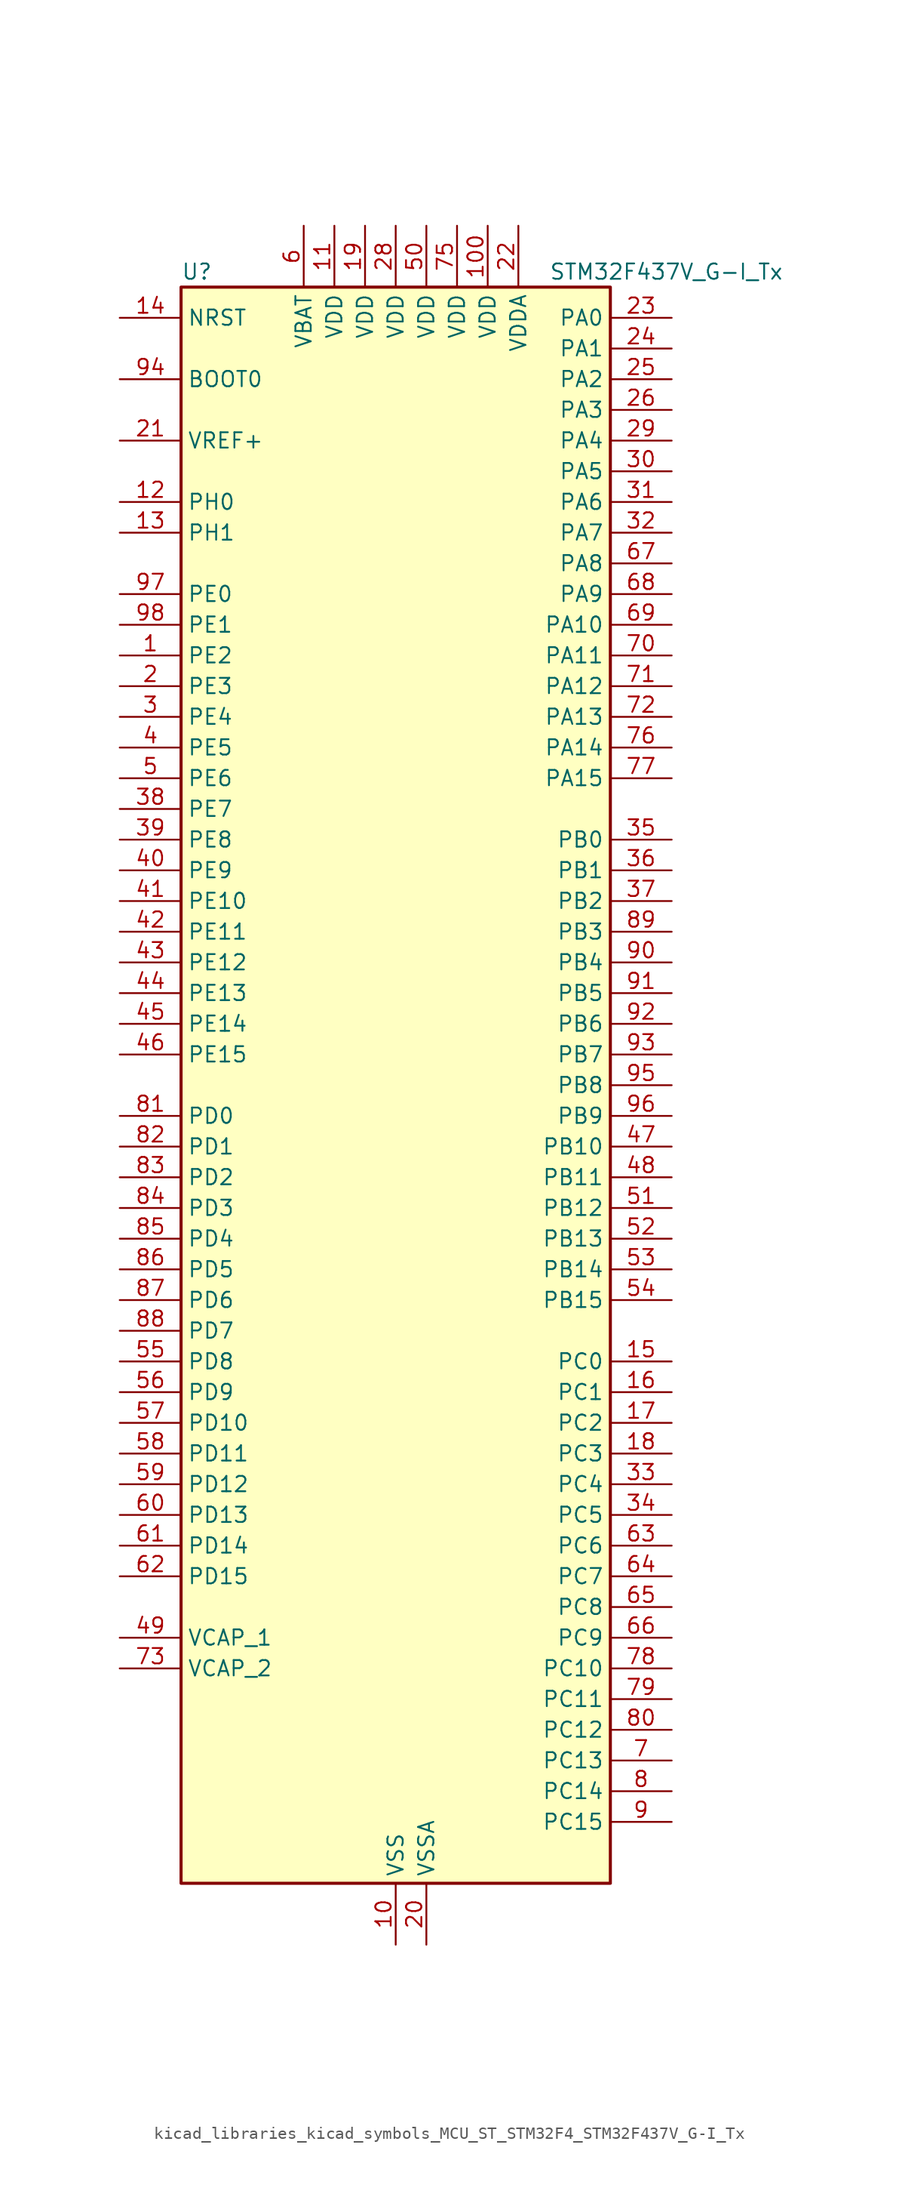
<source format=kicad_sym>
(kicad_symbol_lib
  (version 20220914)
  (generator kicad_symbol_editor)
  (symbol "kicad_libraries_kicad_symbols_MCU_ST_STM32F4_STM32F437V_G-I_Tx"
    (property "Reference" "U"
      (at -17.78 67.31 0)
      (effects (font (size 1.27 1.27)) (justify left)))
    (property "Value" "STM32F437V_G-I_Tx"
      (at 12.7 67.31 0)
      (effects (font (size 1.27 1.27)) (justify left)))
    (property "ki_locked" ""
      (at 0 0 0)
      (effects (font (size 1.27 1.27))))
    (symbol "kicad_libraries_kicad_symbols_MCU_ST_STM32F4_STM32F437V_G-I_Tx_0_1"
      (rectangle (start -17.78 -66.04) (end 17.78 66.04) (stroke (width 0.254) (type default)) (fill (type background))))
    (symbol "kicad_libraries_kicad_symbols_MCU_ST_STM32F4_STM32F437V_G-I_Tx_1_1"
      (pin bidirectional line (at -22.86 35.56 0) (length 5.08) (name "PE2" (effects (font (size 1.27 1.27)))) (number "1" (effects (font (size 1.27 1.27)))) (alternate "ETH_TXD3" bidirectional line) (alternate "FMC_A23" bidirectional line) (alternate "SAI1_MCLK_A" bidirectional line) (alternate "SPI4_SCK" bidirectional line) (alternate "SYS_TRACECLK" bidirectional line))
      (pin power_in line (at 0 -71.12 90) (length 5.08) (name "VSS" (effects (font (size 1.27 1.27)))) (number "10" (effects (font (size 1.27 1.27)))))
      (pin power_in line (at 7.62 71.12 270) (length 5.08) (name "VDD" (effects (font (size 1.27 1.27)))) (number "100" (effects (font (size 1.27 1.27)))))
      (pin power_in line (at -5.08 71.12 270) (length 5.08) (name "VDD" (effects (font (size 1.27 1.27)))) (number "11" (effects (font (size 1.27 1.27)))))
      (pin bidirectional line (at -22.86 48.26 0) (length 5.08) (name "PH0" (effects (font (size 1.27 1.27)))) (number "12" (effects (font (size 1.27 1.27)))) (alternate "RCC_OSC_IN" bidirectional line))
      (pin bidirectional line (at -22.86 45.72 0) (length 5.08) (name "PH1" (effects (font (size 1.27 1.27)))) (number "13" (effects (font (size 1.27 1.27)))) (alternate "RCC_OSC_OUT" bidirectional line))
      (pin input line (at -22.86 63.5 0) (length 5.08) (name "NRST" (effects (font (size 1.27 1.27)))) (number "14" (effects (font (size 1.27 1.27)))))
      (pin bidirectional line (at 22.86 -22.86 180) (length 5.08) (name "PC0" (effects (font (size 1.27 1.27)))) (number "15" (effects (font (size 1.27 1.27)))) (alternate "ADC1_IN10" bidirectional line) (alternate "ADC2_IN10" bidirectional line) (alternate "ADC3_IN10" bidirectional line) (alternate "FMC_SDNWE" bidirectional line) (alternate "USB_OTG_HS_ULPI_STP" bidirectional line))
      (pin bidirectional line (at 22.86 -25.4 180) (length 5.08) (name "PC1" (effects (font (size 1.27 1.27)))) (number "16" (effects (font (size 1.27 1.27)))) (alternate "ADC1_IN11" bidirectional line) (alternate "ADC2_IN11" bidirectional line) (alternate "ADC3_IN11" bidirectional line) (alternate "ETH_MDC" bidirectional line))
      (pin bidirectional line (at 22.86 -27.94 180) (length 5.08) (name "PC2" (effects (font (size 1.27 1.27)))) (number "17" (effects (font (size 1.27 1.27)))) (alternate "ADC1_IN12" bidirectional line) (alternate "ADC2_IN12" bidirectional line) (alternate "ADC3_IN12" bidirectional line) (alternate "ETH_TXD2" bidirectional line) (alternate "FMC_SDNE0" bidirectional line) (alternate "I2S2_ext_SD" bidirectional line) (alternate "SPI2_MISO" bidirectional line) (alternate "USB_OTG_HS_ULPI_DIR" bidirectional line))
      (pin bidirectional line (at 22.86 -30.48 180) (length 5.08) (name "PC3" (effects (font (size 1.27 1.27)))) (number "18" (effects (font (size 1.27 1.27)))) (alternate "ADC1_IN13" bidirectional line) (alternate "ADC2_IN13" bidirectional line) (alternate "ADC3_IN13" bidirectional line) (alternate "ETH_TX_CLK" bidirectional line) (alternate "FMC_SDCKE0" bidirectional line) (alternate "I2S2_SD" bidirectional line) (alternate "SPI2_MOSI" bidirectional line) (alternate "USB_OTG_HS_ULPI_NXT" bidirectional line))
      (pin power_in line (at -2.54 71.12 270) (length 5.08) (name "VDD" (effects (font (size 1.27 1.27)))) (number "19" (effects (font (size 1.27 1.27)))))
      (pin bidirectional line (at -22.86 33.02 0) (length 5.08) (name "PE3" (effects (font (size 1.27 1.27)))) (number "2" (effects (font (size 1.27 1.27)))) (alternate "FMC_A19" bidirectional line) (alternate "SAI1_SD_B" bidirectional line) (alternate "SYS_TRACED0" bidirectional line))
      (pin power_in line (at 2.54 -71.12 90) (length 5.08) (name "VSSA" (effects (font (size 1.27 1.27)))) (number "20" (effects (font (size 1.27 1.27)))))
      (pin input line (at -22.86 53.34 0) (length 5.08) (name "VREF+" (effects (font (size 1.27 1.27)))) (number "21" (effects (font (size 1.27 1.27)))))
      (pin power_in line (at 10.16 71.12 270) (length 5.08) (name "VDDA" (effects (font (size 1.27 1.27)))) (number "22" (effects (font (size 1.27 1.27)))))
      (pin bidirectional line (at 22.86 63.5 180) (length 5.08) (name "PA0" (effects (font (size 1.27 1.27)))) (number "23" (effects (font (size 1.27 1.27)))) (alternate "ADC1_IN0" bidirectional line) (alternate "ADC2_IN0" bidirectional line) (alternate "ADC3_IN0" bidirectional line) (alternate "ETH_CRS" bidirectional line) (alternate "SYS_WKUP" bidirectional line) (alternate "TIM2_CH1" bidirectional line) (alternate "TIM2_ETR" bidirectional line) (alternate "TIM5_CH1" bidirectional line) (alternate "TIM8_ETR" bidirectional line) (alternate "UART4_TX" bidirectional line) (alternate "USART2_CTS" bidirectional line))
      (pin bidirectional line (at 22.86 60.96 180) (length 5.08) (name "PA1" (effects (font (size 1.27 1.27)))) (number "24" (effects (font (size 1.27 1.27)))) (alternate "ADC1_IN1" bidirectional line) (alternate "ADC2_IN1" bidirectional line) (alternate "ADC3_IN1" bidirectional line) (alternate "ETH_REF_CLK" bidirectional line) (alternate "ETH_RX_CLK" bidirectional line) (alternate "TIM2_CH2" bidirectional line) (alternate "TIM5_CH2" bidirectional line) (alternate "UART4_RX" bidirectional line) (alternate "USART2_RTS" bidirectional line))
      (pin bidirectional line (at 22.86 58.42 180) (length 5.08) (name "PA2" (effects (font (size 1.27 1.27)))) (number "25" (effects (font (size 1.27 1.27)))) (alternate "ADC1_IN2" bidirectional line) (alternate "ADC2_IN2" bidirectional line) (alternate "ADC3_IN2" bidirectional line) (alternate "ETH_MDIO" bidirectional line) (alternate "TIM2_CH3" bidirectional line) (alternate "TIM5_CH3" bidirectional line) (alternate "TIM9_CH1" bidirectional line) (alternate "USART2_TX" bidirectional line))
      (pin bidirectional line (at 22.86 55.88 180) (length 5.08) (name "PA3" (effects (font (size 1.27 1.27)))) (number "26" (effects (font (size 1.27 1.27)))) (alternate "ADC1_IN3" bidirectional line) (alternate "ADC2_IN3" bidirectional line) (alternate "ADC3_IN3" bidirectional line) (alternate "ETH_COL" bidirectional line) (alternate "TIM2_CH4" bidirectional line) (alternate "TIM5_CH4" bidirectional line) (alternate "TIM9_CH2" bidirectional line) (alternate "USART2_RX" bidirectional line) (alternate "USB_OTG_HS_ULPI_D0" bidirectional line))
      (pin passive line (at 0 -71.12 90) (length 5.08) hide (name "VSS" (effects (font (size 1.27 1.27)))) (number "27" (effects (font (size 1.27 1.27)))))
      (pin power_in line (at 0 71.12 270) (length 5.08) (name "VDD" (effects (font (size 1.27 1.27)))) (number "28" (effects (font (size 1.27 1.27)))))
      (pin bidirectional line (at 22.86 53.34 180) (length 5.08) (name "PA4" (effects (font (size 1.27 1.27)))) (number "29" (effects (font (size 1.27 1.27)))) (alternate "ADC1_IN4" bidirectional line) (alternate "ADC2_IN4" bidirectional line) (alternate "DAC_OUT1" bidirectional line) (alternate "DCMI_HSYNC" bidirectional line) (alternate "I2S3_WS" bidirectional line) (alternate "SPI1_NSS" bidirectional line) (alternate "SPI3_NSS" bidirectional line) (alternate "USART2_CK" bidirectional line) (alternate "USB_OTG_HS_SOF" bidirectional line))
      (pin bidirectional line (at -22.86 30.48 0) (length 5.08) (name "PE4" (effects (font (size 1.27 1.27)))) (number "3" (effects (font (size 1.27 1.27)))) (alternate "DCMI_D4" bidirectional line) (alternate "FMC_A20" bidirectional line) (alternate "SAI1_FS_A" bidirectional line) (alternate "SPI4_NSS" bidirectional line) (alternate "SYS_TRACED1" bidirectional line))
      (pin bidirectional line (at 22.86 50.8 180) (length 5.08) (name "PA5" (effects (font (size 1.27 1.27)))) (number "30" (effects (font (size 1.27 1.27)))) (alternate "ADC1_IN5" bidirectional line) (alternate "ADC2_IN5" bidirectional line) (alternate "DAC_OUT2" bidirectional line) (alternate "SPI1_SCK" bidirectional line) (alternate "TIM2_CH1" bidirectional line) (alternate "TIM2_ETR" bidirectional line) (alternate "TIM8_CH1N" bidirectional line) (alternate "USB_OTG_HS_ULPI_CK" bidirectional line))
      (pin bidirectional line (at 22.86 48.26 180) (length 5.08) (name "PA6" (effects (font (size 1.27 1.27)))) (number "31" (effects (font (size 1.27 1.27)))) (alternate "ADC1_IN6" bidirectional line) (alternate "ADC2_IN6" bidirectional line) (alternate "DCMI_PIXCLK" bidirectional line) (alternate "SPI1_MISO" bidirectional line) (alternate "TIM13_CH1" bidirectional line) (alternate "TIM1_BKIN" bidirectional line) (alternate "TIM3_CH1" bidirectional line) (alternate "TIM8_BKIN" bidirectional line))
      (pin bidirectional line (at 22.86 45.72 180) (length 5.08) (name "PA7" (effects (font (size 1.27 1.27)))) (number "32" (effects (font (size 1.27 1.27)))) (alternate "ADC1_IN7" bidirectional line) (alternate "ADC2_IN7" bidirectional line) (alternate "ETH_CRS_DV" bidirectional line) (alternate "ETH_RX_DV" bidirectional line) (alternate "SPI1_MOSI" bidirectional line) (alternate "TIM14_CH1" bidirectional line) (alternate "TIM1_CH1N" bidirectional line) (alternate "TIM3_CH2" bidirectional line) (alternate "TIM8_CH1N" bidirectional line))
      (pin bidirectional line (at 22.86 -33.02 180) (length 5.08) (name "PC4" (effects (font (size 1.27 1.27)))) (number "33" (effects (font (size 1.27 1.27)))) (alternate "ADC1_IN14" bidirectional line) (alternate "ADC2_IN14" bidirectional line) (alternate "ETH_RXD0" bidirectional line))
      (pin bidirectional line (at 22.86 -35.56 180) (length 5.08) (name "PC5" (effects (font (size 1.27 1.27)))) (number "34" (effects (font (size 1.27 1.27)))) (alternate "ADC1_IN15" bidirectional line) (alternate "ADC2_IN15" bidirectional line) (alternate "ETH_RXD1" bidirectional line))
      (pin bidirectional line (at 22.86 20.32 180) (length 5.08) (name "PB0" (effects (font (size 1.27 1.27)))) (number "35" (effects (font (size 1.27 1.27)))) (alternate "ADC1_IN8" bidirectional line) (alternate "ADC2_IN8" bidirectional line) (alternate "ETH_RXD2" bidirectional line) (alternate "TIM1_CH2N" bidirectional line) (alternate "TIM3_CH3" bidirectional line) (alternate "TIM8_CH2N" bidirectional line) (alternate "USB_OTG_HS_ULPI_D1" bidirectional line))
      (pin bidirectional line (at 22.86 17.78 180) (length 5.08) (name "PB1" (effects (font (size 1.27 1.27)))) (number "36" (effects (font (size 1.27 1.27)))) (alternate "ADC1_IN9" bidirectional line) (alternate "ADC2_IN9" bidirectional line) (alternate "ETH_RXD3" bidirectional line) (alternate "TIM1_CH3N" bidirectional line) (alternate "TIM3_CH4" bidirectional line) (alternate "TIM8_CH3N" bidirectional line) (alternate "USB_OTG_HS_ULPI_D2" bidirectional line))
      (pin bidirectional line (at 22.86 15.24 180) (length 5.08) (name "PB2" (effects (font (size 1.27 1.27)))) (number "37" (effects (font (size 1.27 1.27)))))
      (pin bidirectional line (at -22.86 22.86 0) (length 5.08) (name "PE7" (effects (font (size 1.27 1.27)))) (number "38" (effects (font (size 1.27 1.27)))) (alternate "FMC_D4" bidirectional line) (alternate "FMC_DA4" bidirectional line) (alternate "TIM1_ETR" bidirectional line) (alternate "UART7_RX" bidirectional line))
      (pin bidirectional line (at -22.86 20.32 0) (length 5.08) (name "PE8" (effects (font (size 1.27 1.27)))) (number "39" (effects (font (size 1.27 1.27)))) (alternate "FMC_D5" bidirectional line) (alternate "FMC_DA5" bidirectional line) (alternate "TIM1_CH1N" bidirectional line) (alternate "UART7_TX" bidirectional line))
      (pin bidirectional line (at -22.86 27.94 0) (length 5.08) (name "PE5" (effects (font (size 1.27 1.27)))) (number "4" (effects (font (size 1.27 1.27)))) (alternate "DCMI_D6" bidirectional line) (alternate "FMC_A21" bidirectional line) (alternate "SAI1_SCK_A" bidirectional line) (alternate "SPI4_MISO" bidirectional line) (alternate "SYS_TRACED2" bidirectional line) (alternate "TIM9_CH1" bidirectional line))
      (pin bidirectional line (at -22.86 17.78 0) (length 5.08) (name "PE9" (effects (font (size 1.27 1.27)))) (number "40" (effects (font (size 1.27 1.27)))) (alternate "DAC_EXTI9" bidirectional line) (alternate "FMC_D6" bidirectional line) (alternate "FMC_DA6" bidirectional line) (alternate "TIM1_CH1" bidirectional line))
      (pin bidirectional line (at -22.86 15.24 0) (length 5.08) (name "PE10" (effects (font (size 1.27 1.27)))) (number "41" (effects (font (size 1.27 1.27)))) (alternate "FMC_D7" bidirectional line) (alternate "FMC_DA7" bidirectional line) (alternate "TIM1_CH2N" bidirectional line))
      (pin bidirectional line (at -22.86 12.7 0) (length 5.08) (name "PE11" (effects (font (size 1.27 1.27)))) (number "42" (effects (font (size 1.27 1.27)))) (alternate "ADC1_EXTI11" bidirectional line) (alternate "ADC2_EXTI11" bidirectional line) (alternate "ADC3_EXTI11" bidirectional line) (alternate "FMC_D8" bidirectional line) (alternate "FMC_DA8" bidirectional line) (alternate "SPI4_NSS" bidirectional line) (alternate "TIM1_CH2" bidirectional line))
      (pin bidirectional line (at -22.86 10.16 0) (length 5.08) (name "PE12" (effects (font (size 1.27 1.27)))) (number "43" (effects (font (size 1.27 1.27)))) (alternate "FMC_D9" bidirectional line) (alternate "FMC_DA9" bidirectional line) (alternate "SPI4_SCK" bidirectional line) (alternate "TIM1_CH3N" bidirectional line))
      (pin bidirectional line (at -22.86 7.62 0) (length 5.08) (name "PE13" (effects (font (size 1.27 1.27)))) (number "44" (effects (font (size 1.27 1.27)))) (alternate "FMC_D10" bidirectional line) (alternate "FMC_DA10" bidirectional line) (alternate "SPI4_MISO" bidirectional line) (alternate "TIM1_CH3" bidirectional line))
      (pin bidirectional line (at -22.86 5.08 0) (length 5.08) (name "PE14" (effects (font (size 1.27 1.27)))) (number "45" (effects (font (size 1.27 1.27)))) (alternate "FMC_D11" bidirectional line) (alternate "FMC_DA11" bidirectional line) (alternate "SPI4_MOSI" bidirectional line) (alternate "TIM1_CH4" bidirectional line))
      (pin bidirectional line (at -22.86 2.54 0) (length 5.08) (name "PE15" (effects (font (size 1.27 1.27)))) (number "46" (effects (font (size 1.27 1.27)))) (alternate "ADC1_EXTI15" bidirectional line) (alternate "ADC2_EXTI15" bidirectional line) (alternate "ADC3_EXTI15" bidirectional line) (alternate "FMC_D12" bidirectional line) (alternate "FMC_DA12" bidirectional line) (alternate "TIM1_BKIN" bidirectional line))
      (pin bidirectional line (at 22.86 -5.08 180) (length 5.08) (name "PB10" (effects (font (size 1.27 1.27)))) (number "47" (effects (font (size 1.27 1.27)))) (alternate "ETH_RX_ER" bidirectional line) (alternate "I2C2_SCL" bidirectional line) (alternate "I2S2_CK" bidirectional line) (alternate "SPI2_SCK" bidirectional line) (alternate "TIM2_CH3" bidirectional line) (alternate "USART3_TX" bidirectional line) (alternate "USB_OTG_HS_ULPI_D3" bidirectional line))
      (pin bidirectional line (at 22.86 -7.62 180) (length 5.08) (name "PB11" (effects (font (size 1.27 1.27)))) (number "48" (effects (font (size 1.27 1.27)))) (alternate "ADC1_EXTI11" bidirectional line) (alternate "ADC2_EXTI11" bidirectional line) (alternate "ADC3_EXTI11" bidirectional line) (alternate "ETH_TX_EN" bidirectional line) (alternate "I2C2_SDA" bidirectional line) (alternate "TIM2_CH4" bidirectional line) (alternate "USART3_RX" bidirectional line) (alternate "USB_OTG_HS_ULPI_D4" bidirectional line))
      (pin power_out line (at -22.86 -45.72 0) (length 5.08) (name "VCAP_1" (effects (font (size 1.27 1.27)))) (number "49" (effects (font (size 1.27 1.27)))))
      (pin bidirectional line (at -22.86 25.4 0) (length 5.08) (name "PE6" (effects (font (size 1.27 1.27)))) (number "5" (effects (font (size 1.27 1.27)))) (alternate "DCMI_D7" bidirectional line) (alternate "FMC_A22" bidirectional line) (alternate "SAI1_SD_A" bidirectional line) (alternate "SPI4_MOSI" bidirectional line) (alternate "SYS_TRACED3" bidirectional line) (alternate "TIM9_CH2" bidirectional line))
      (pin power_in line (at 2.54 71.12 270) (length 5.08) (name "VDD" (effects (font (size 1.27 1.27)))) (number "50" (effects (font (size 1.27 1.27)))))
      (pin bidirectional line (at 22.86 -10.16 180) (length 5.08) (name "PB12" (effects (font (size 1.27 1.27)))) (number "51" (effects (font (size 1.27 1.27)))) (alternate "CAN2_RX" bidirectional line) (alternate "ETH_TXD0" bidirectional line) (alternate "I2C2_SMBA" bidirectional line) (alternate "I2S2_WS" bidirectional line) (alternate "SPI2_NSS" bidirectional line) (alternate "TIM1_BKIN" bidirectional line) (alternate "USART3_CK" bidirectional line) (alternate "USB_OTG_HS_ID" bidirectional line) (alternate "USB_OTG_HS_ULPI_D5" bidirectional line))
      (pin bidirectional line (at 22.86 -12.7 180) (length 5.08) (name "PB13" (effects (font (size 1.27 1.27)))) (number "52" (effects (font (size 1.27 1.27)))) (alternate "CAN2_TX" bidirectional line) (alternate "ETH_TXD1" bidirectional line) (alternate "I2S2_CK" bidirectional line) (alternate "SPI2_SCK" bidirectional line) (alternate "TIM1_CH1N" bidirectional line) (alternate "USART3_CTS" bidirectional line) (alternate "USB_OTG_HS_ULPI_D6" bidirectional line) (alternate "USB_OTG_HS_VBUS" bidirectional line))
      (pin bidirectional line (at 22.86 -15.24 180) (length 5.08) (name "PB14" (effects (font (size 1.27 1.27)))) (number "53" (effects (font (size 1.27 1.27)))) (alternate "I2S2_ext_SD" bidirectional line) (alternate "SPI2_MISO" bidirectional line) (alternate "TIM12_CH1" bidirectional line) (alternate "TIM1_CH2N" bidirectional line) (alternate "TIM8_CH2N" bidirectional line) (alternate "USART3_RTS" bidirectional line) (alternate "USB_OTG_HS_DM" bidirectional line))
      (pin bidirectional line (at 22.86 -17.78 180) (length 5.08) (name "PB15" (effects (font (size 1.27 1.27)))) (number "54" (effects (font (size 1.27 1.27)))) (alternate "ADC1_EXTI15" bidirectional line) (alternate "ADC2_EXTI15" bidirectional line) (alternate "ADC3_EXTI15" bidirectional line) (alternate "I2S2_SD" bidirectional line) (alternate "RTC_REFIN" bidirectional line) (alternate "SPI2_MOSI" bidirectional line) (alternate "TIM12_CH2" bidirectional line) (alternate "TIM1_CH3N" bidirectional line) (alternate "TIM8_CH3N" bidirectional line) (alternate "USB_OTG_HS_DP" bidirectional line))
      (pin bidirectional line (at -22.86 -22.86 0) (length 5.08) (name "PD8" (effects (font (size 1.27 1.27)))) (number "55" (effects (font (size 1.27 1.27)))) (alternate "FMC_D13" bidirectional line) (alternate "FMC_DA13" bidirectional line) (alternate "USART3_TX" bidirectional line))
      (pin bidirectional line (at -22.86 -25.4 0) (length 5.08) (name "PD9" (effects (font (size 1.27 1.27)))) (number "56" (effects (font (size 1.27 1.27)))) (alternate "DAC_EXTI9" bidirectional line) (alternate "FMC_D14" bidirectional line) (alternate "FMC_DA14" bidirectional line) (alternate "USART3_RX" bidirectional line))
      (pin bidirectional line (at -22.86 -27.94 0) (length 5.08) (name "PD10" (effects (font (size 1.27 1.27)))) (number "57" (effects (font (size 1.27 1.27)))) (alternate "FMC_D15" bidirectional line) (alternate "FMC_DA15" bidirectional line) (alternate "USART3_CK" bidirectional line))
      (pin bidirectional line (at -22.86 -30.48 0) (length 5.08) (name "PD11" (effects (font (size 1.27 1.27)))) (number "58" (effects (font (size 1.27 1.27)))) (alternate "ADC1_EXTI11" bidirectional line) (alternate "ADC2_EXTI11" bidirectional line) (alternate "ADC3_EXTI11" bidirectional line) (alternate "FMC_A16" bidirectional line) (alternate "FMC_CLE" bidirectional line) (alternate "USART3_CTS" bidirectional line))
      (pin bidirectional line (at -22.86 -33.02 0) (length 5.08) (name "PD12" (effects (font (size 1.27 1.27)))) (number "59" (effects (font (size 1.27 1.27)))) (alternate "FMC_A17" bidirectional line) (alternate "FMC_ALE" bidirectional line) (alternate "TIM4_CH1" bidirectional line) (alternate "USART3_RTS" bidirectional line))
      (pin power_in line (at -7.62 71.12 270) (length 5.08) (name "VBAT" (effects (font (size 1.27 1.27)))) (number "6" (effects (font (size 1.27 1.27)))))
      (pin bidirectional line (at -22.86 -35.56 0) (length 5.08) (name "PD13" (effects (font (size 1.27 1.27)))) (number "60" (effects (font (size 1.27 1.27)))) (alternate "FMC_A18" bidirectional line) (alternate "TIM4_CH2" bidirectional line))
      (pin bidirectional line (at -22.86 -38.1 0) (length 5.08) (name "PD14" (effects (font (size 1.27 1.27)))) (number "61" (effects (font (size 1.27 1.27)))) (alternate "FMC_D0" bidirectional line) (alternate "FMC_DA0" bidirectional line) (alternate "TIM4_CH3" bidirectional line))
      (pin bidirectional line (at -22.86 -40.64 0) (length 5.08) (name "PD15" (effects (font (size 1.27 1.27)))) (number "62" (effects (font (size 1.27 1.27)))) (alternate "ADC1_EXTI15" bidirectional line) (alternate "ADC2_EXTI15" bidirectional line) (alternate "ADC3_EXTI15" bidirectional line) (alternate "FMC_D1" bidirectional line) (alternate "FMC_DA1" bidirectional line) (alternate "TIM4_CH4" bidirectional line))
      (pin bidirectional line (at 22.86 -38.1 180) (length 5.08) (name "PC6" (effects (font (size 1.27 1.27)))) (number "63" (effects (font (size 1.27 1.27)))) (alternate "DCMI_D0" bidirectional line) (alternate "I2S2_MCK" bidirectional line) (alternate "SDIO_D6" bidirectional line) (alternate "TIM3_CH1" bidirectional line) (alternate "TIM8_CH1" bidirectional line) (alternate "USART6_TX" bidirectional line))
      (pin bidirectional line (at 22.86 -40.64 180) (length 5.08) (name "PC7" (effects (font (size 1.27 1.27)))) (number "64" (effects (font (size 1.27 1.27)))) (alternate "DCMI_D1" bidirectional line) (alternate "I2S3_MCK" bidirectional line) (alternate "SDIO_D7" bidirectional line) (alternate "TIM3_CH2" bidirectional line) (alternate "TIM8_CH2" bidirectional line) (alternate "USART6_RX" bidirectional line))
      (pin bidirectional line (at 22.86 -43.18 180) (length 5.08) (name "PC8" (effects (font (size 1.27 1.27)))) (number "65" (effects (font (size 1.27 1.27)))) (alternate "DCMI_D2" bidirectional line) (alternate "SDIO_D0" bidirectional line) (alternate "TIM3_CH3" bidirectional line) (alternate "TIM8_CH3" bidirectional line) (alternate "USART6_CK" bidirectional line))
      (pin bidirectional line (at 22.86 -45.72 180) (length 5.08) (name "PC9" (effects (font (size 1.27 1.27)))) (number "66" (effects (font (size 1.27 1.27)))) (alternate "DAC_EXTI9" bidirectional line) (alternate "DCMI_D3" bidirectional line) (alternate "I2C3_SDA" bidirectional line) (alternate "I2S_CKIN" bidirectional line) (alternate "RCC_MCO_2" bidirectional line) (alternate "SDIO_D1" bidirectional line) (alternate "TIM3_CH4" bidirectional line) (alternate "TIM8_CH4" bidirectional line))
      (pin bidirectional line (at 22.86 43.18 180) (length 5.08) (name "PA8" (effects (font (size 1.27 1.27)))) (number "67" (effects (font (size 1.27 1.27)))) (alternate "I2C3_SCL" bidirectional line) (alternate "RCC_MCO_1" bidirectional line) (alternate "TIM1_CH1" bidirectional line) (alternate "USART1_CK" bidirectional line) (alternate "USB_OTG_FS_SOF" bidirectional line))
      (pin bidirectional line (at 22.86 40.64 180) (length 5.08) (name "PA9" (effects (font (size 1.27 1.27)))) (number "68" (effects (font (size 1.27 1.27)))) (alternate "DAC_EXTI9" bidirectional line) (alternate "DCMI_D0" bidirectional line) (alternate "I2C3_SMBA" bidirectional line) (alternate "TIM1_CH2" bidirectional line) (alternate "USART1_TX" bidirectional line) (alternate "USB_OTG_FS_VBUS" bidirectional line))
      (pin bidirectional line (at 22.86 38.1 180) (length 5.08) (name "PA10" (effects (font (size 1.27 1.27)))) (number "69" (effects (font (size 1.27 1.27)))) (alternate "DCMI_D1" bidirectional line) (alternate "TIM1_CH3" bidirectional line) (alternate "USART1_RX" bidirectional line) (alternate "USB_OTG_FS_ID" bidirectional line))
      (pin bidirectional line (at 22.86 -55.88 180) (length 5.08) (name "PC13" (effects (font (size 1.27 1.27)))) (number "7" (effects (font (size 1.27 1.27)))) (alternate "RTC_AF1" bidirectional line))
      (pin bidirectional line (at 22.86 35.56 180) (length 5.08) (name "PA11" (effects (font (size 1.27 1.27)))) (number "70" (effects (font (size 1.27 1.27)))) (alternate "ADC1_EXTI11" bidirectional line) (alternate "ADC2_EXTI11" bidirectional line) (alternate "ADC3_EXTI11" bidirectional line) (alternate "CAN1_RX" bidirectional line) (alternate "TIM1_CH4" bidirectional line) (alternate "USART1_CTS" bidirectional line) (alternate "USB_OTG_FS_DM" bidirectional line))
      (pin bidirectional line (at 22.86 33.02 180) (length 5.08) (name "PA12" (effects (font (size 1.27 1.27)))) (number "71" (effects (font (size 1.27 1.27)))) (alternate "CAN1_TX" bidirectional line) (alternate "TIM1_ETR" bidirectional line) (alternate "USART1_RTS" bidirectional line) (alternate "USB_OTG_FS_DP" bidirectional line))
      (pin bidirectional line (at 22.86 30.48 180) (length 5.08) (name "PA13" (effects (font (size 1.27 1.27)))) (number "72" (effects (font (size 1.27 1.27)))) (alternate "SYS_JTMS-SWDIO" bidirectional line))
      (pin power_out line (at -22.86 -48.26 0) (length 5.08) (name "VCAP_2" (effects (font (size 1.27 1.27)))) (number "73" (effects (font (size 1.27 1.27)))))
      (pin passive line (at 0 -71.12 90) (length 5.08) hide (name "VSS" (effects (font (size 1.27 1.27)))) (number "74" (effects (font (size 1.27 1.27)))))
      (pin power_in line (at 5.08 71.12 270) (length 5.08) (name "VDD" (effects (font (size 1.27 1.27)))) (number "75" (effects (font (size 1.27 1.27)))))
      (pin bidirectional line (at 22.86 27.94 180) (length 5.08) (name "PA14" (effects (font (size 1.27 1.27)))) (number "76" (effects (font (size 1.27 1.27)))) (alternate "SYS_JTCK-SWCLK" bidirectional line))
      (pin bidirectional line (at 22.86 25.4 180) (length 5.08) (name "PA15" (effects (font (size 1.27 1.27)))) (number "77" (effects (font (size 1.27 1.27)))) (alternate "ADC1_EXTI15" bidirectional line) (alternate "ADC2_EXTI15" bidirectional line) (alternate "ADC3_EXTI15" bidirectional line) (alternate "I2S3_WS" bidirectional line) (alternate "SPI1_NSS" bidirectional line) (alternate "SPI3_NSS" bidirectional line) (alternate "SYS_JTDI" bidirectional line) (alternate "TIM2_CH1" bidirectional line) (alternate "TIM2_ETR" bidirectional line))
      (pin bidirectional line (at 22.86 -48.26 180) (length 5.08) (name "PC10" (effects (font (size 1.27 1.27)))) (number "78" (effects (font (size 1.27 1.27)))) (alternate "DCMI_D8" bidirectional line) (alternate "I2S3_CK" bidirectional line) (alternate "SDIO_D2" bidirectional line) (alternate "SPI3_SCK" bidirectional line) (alternate "UART4_TX" bidirectional line) (alternate "USART3_TX" bidirectional line))
      (pin bidirectional line (at 22.86 -50.8 180) (length 5.08) (name "PC11" (effects (font (size 1.27 1.27)))) (number "79" (effects (font (size 1.27 1.27)))) (alternate "ADC1_EXTI11" bidirectional line) (alternate "ADC2_EXTI11" bidirectional line) (alternate "ADC3_EXTI11" bidirectional line) (alternate "DCMI_D4" bidirectional line) (alternate "I2S3_ext_SD" bidirectional line) (alternate "SDIO_D3" bidirectional line) (alternate "SPI3_MISO" bidirectional line) (alternate "UART4_RX" bidirectional line) (alternate "USART3_RX" bidirectional line))
      (pin bidirectional line (at 22.86 -58.42 180) (length 5.08) (name "PC14" (effects (font (size 1.27 1.27)))) (number "8" (effects (font (size 1.27 1.27)))) (alternate "RCC_OSC32_IN" bidirectional line))
      (pin bidirectional line (at 22.86 -53.34 180) (length 5.08) (name "PC12" (effects (font (size 1.27 1.27)))) (number "80" (effects (font (size 1.27 1.27)))) (alternate "DCMI_D9" bidirectional line) (alternate "I2S3_SD" bidirectional line) (alternate "SDIO_CK" bidirectional line) (alternate "SPI3_MOSI" bidirectional line) (alternate "UART5_TX" bidirectional line) (alternate "USART3_CK" bidirectional line))
      (pin bidirectional line (at -22.86 -2.54 0) (length 5.08) (name "PD0" (effects (font (size 1.27 1.27)))) (number "81" (effects (font (size 1.27 1.27)))) (alternate "CAN1_RX" bidirectional line) (alternate "FMC_D2" bidirectional line) (alternate "FMC_DA2" bidirectional line))
      (pin bidirectional line (at -22.86 -5.08 0) (length 5.08) (name "PD1" (effects (font (size 1.27 1.27)))) (number "82" (effects (font (size 1.27 1.27)))) (alternate "CAN1_TX" bidirectional line) (alternate "FMC_D3" bidirectional line) (alternate "FMC_DA3" bidirectional line))
      (pin bidirectional line (at -22.86 -7.62 0) (length 5.08) (name "PD2" (effects (font (size 1.27 1.27)))) (number "83" (effects (font (size 1.27 1.27)))) (alternate "DCMI_D11" bidirectional line) (alternate "SDIO_CMD" bidirectional line) (alternate "TIM3_ETR" bidirectional line) (alternate "UART5_RX" bidirectional line))
      (pin bidirectional line (at -22.86 -10.16 0) (length 5.08) (name "PD3" (effects (font (size 1.27 1.27)))) (number "84" (effects (font (size 1.27 1.27)))) (alternate "DCMI_D5" bidirectional line) (alternate "FMC_CLK" bidirectional line) (alternate "I2S2_CK" bidirectional line) (alternate "SPI2_SCK" bidirectional line) (alternate "USART2_CTS" bidirectional line))
      (pin bidirectional line (at -22.86 -12.7 0) (length 5.08) (name "PD4" (effects (font (size 1.27 1.27)))) (number "85" (effects (font (size 1.27 1.27)))) (alternate "FMC_NOE" bidirectional line) (alternate "USART2_RTS" bidirectional line))
      (pin bidirectional line (at -22.86 -15.24 0) (length 5.08) (name "PD5" (effects (font (size 1.27 1.27)))) (number "86" (effects (font (size 1.27 1.27)))) (alternate "FMC_NWE" bidirectional line) (alternate "USART2_TX" bidirectional line))
      (pin bidirectional line (at -22.86 -17.78 0) (length 5.08) (name "PD6" (effects (font (size 1.27 1.27)))) (number "87" (effects (font (size 1.27 1.27)))) (alternate "DCMI_D10" bidirectional line) (alternate "FMC_NWAIT" bidirectional line) (alternate "I2S3_SD" bidirectional line) (alternate "SAI1_SD_A" bidirectional line) (alternate "SPI3_MOSI" bidirectional line) (alternate "USART2_RX" bidirectional line))
      (pin bidirectional line (at -22.86 -20.32 0) (length 5.08) (name "PD7" (effects (font (size 1.27 1.27)))) (number "88" (effects (font (size 1.27 1.27)))) (alternate "FMC_NCE2" bidirectional line) (alternate "FMC_NE1" bidirectional line) (alternate "USART2_CK" bidirectional line))
      (pin bidirectional line (at 22.86 12.7 180) (length 5.08) (name "PB3" (effects (font (size 1.27 1.27)))) (number "89" (effects (font (size 1.27 1.27)))) (alternate "I2S3_CK" bidirectional line) (alternate "SPI1_SCK" bidirectional line) (alternate "SPI3_SCK" bidirectional line) (alternate "SYS_JTDO-SWO" bidirectional line) (alternate "TIM2_CH2" bidirectional line))
      (pin bidirectional line (at 22.86 -60.96 180) (length 5.08) (name "PC15" (effects (font (size 1.27 1.27)))) (number "9" (effects (font (size 1.27 1.27)))) (alternate "ADC1_EXTI15" bidirectional line) (alternate "ADC2_EXTI15" bidirectional line) (alternate "ADC3_EXTI15" bidirectional line) (alternate "RCC_OSC32_OUT" bidirectional line))
      (pin bidirectional line (at 22.86 10.16 180) (length 5.08) (name "PB4" (effects (font (size 1.27 1.27)))) (number "90" (effects (font (size 1.27 1.27)))) (alternate "I2S3_ext_SD" bidirectional line) (alternate "SPI1_MISO" bidirectional line) (alternate "SPI3_MISO" bidirectional line) (alternate "SYS_JTRST" bidirectional line) (alternate "TIM3_CH1" bidirectional line))
      (pin bidirectional line (at 22.86 7.62 180) (length 5.08) (name "PB5" (effects (font (size 1.27 1.27)))) (number "91" (effects (font (size 1.27 1.27)))) (alternate "CAN2_RX" bidirectional line) (alternate "DCMI_D10" bidirectional line) (alternate "ETH_PPS_OUT" bidirectional line) (alternate "FMC_SDCKE1" bidirectional line) (alternate "I2C1_SMBA" bidirectional line) (alternate "I2S3_SD" bidirectional line) (alternate "SPI1_MOSI" bidirectional line) (alternate "SPI3_MOSI" bidirectional line) (alternate "TIM3_CH2" bidirectional line) (alternate "USB_OTG_HS_ULPI_D7" bidirectional line))
      (pin bidirectional line (at 22.86 5.08 180) (length 5.08) (name "PB6" (effects (font (size 1.27 1.27)))) (number "92" (effects (font (size 1.27 1.27)))) (alternate "CAN2_TX" bidirectional line) (alternate "DCMI_D5" bidirectional line) (alternate "FMC_SDNE1" bidirectional line) (alternate "I2C1_SCL" bidirectional line) (alternate "TIM4_CH1" bidirectional line) (alternate "USART1_TX" bidirectional line))
      (pin bidirectional line (at 22.86 2.54 180) (length 5.08) (name "PB7" (effects (font (size 1.27 1.27)))) (number "93" (effects (font (size 1.27 1.27)))) (alternate "DCMI_VSYNC" bidirectional line) (alternate "FMC_NL" bidirectional line) (alternate "I2C1_SDA" bidirectional line) (alternate "TIM4_CH2" bidirectional line) (alternate "USART1_RX" bidirectional line))
      (pin input line (at -22.86 58.42 0) (length 5.08) (name "BOOT0" (effects (font (size 1.27 1.27)))) (number "94" (effects (font (size 1.27 1.27)))))
      (pin bidirectional line (at 22.86 0 180) (length 5.08) (name "PB8" (effects (font (size 1.27 1.27)))) (number "95" (effects (font (size 1.27 1.27)))) (alternate "CAN1_RX" bidirectional line) (alternate "DCMI_D6" bidirectional line) (alternate "ETH_TXD3" bidirectional line) (alternate "I2C1_SCL" bidirectional line) (alternate "SDIO_D4" bidirectional line) (alternate "TIM10_CH1" bidirectional line) (alternate "TIM4_CH3" bidirectional line))
      (pin bidirectional line (at 22.86 -2.54 180) (length 5.08) (name "PB9" (effects (font (size 1.27 1.27)))) (number "96" (effects (font (size 1.27 1.27)))) (alternate "CAN1_TX" bidirectional line) (alternate "DAC_EXTI9" bidirectional line) (alternate "DCMI_D7" bidirectional line) (alternate "I2C1_SDA" bidirectional line) (alternate "I2S2_WS" bidirectional line) (alternate "SDIO_D5" bidirectional line) (alternate "SPI2_NSS" bidirectional line) (alternate "TIM11_CH1" bidirectional line) (alternate "TIM4_CH4" bidirectional line))
      (pin bidirectional line (at -22.86 40.64 0) (length 5.08) (name "PE0" (effects (font (size 1.27 1.27)))) (number "97" (effects (font (size 1.27 1.27)))) (alternate "DCMI_D2" bidirectional line) (alternate "FMC_NBL0" bidirectional line) (alternate "TIM4_ETR" bidirectional line) (alternate "UART8_RX" bidirectional line))
      (pin bidirectional line (at -22.86 38.1 0) (length 5.08) (name "PE1" (effects (font (size 1.27 1.27)))) (number "98" (effects (font (size 1.27 1.27)))) (alternate "DCMI_D3" bidirectional line) (alternate "FMC_NBL1" bidirectional line) (alternate "UART8_TX" bidirectional line))
      (pin passive line (at 0 -71.12 90) (length 5.08) hide (name "VSS" (effects (font (size 1.27 1.27)))) (number "99" (effects (font (size 1.27 1.27))))))))
</source>
